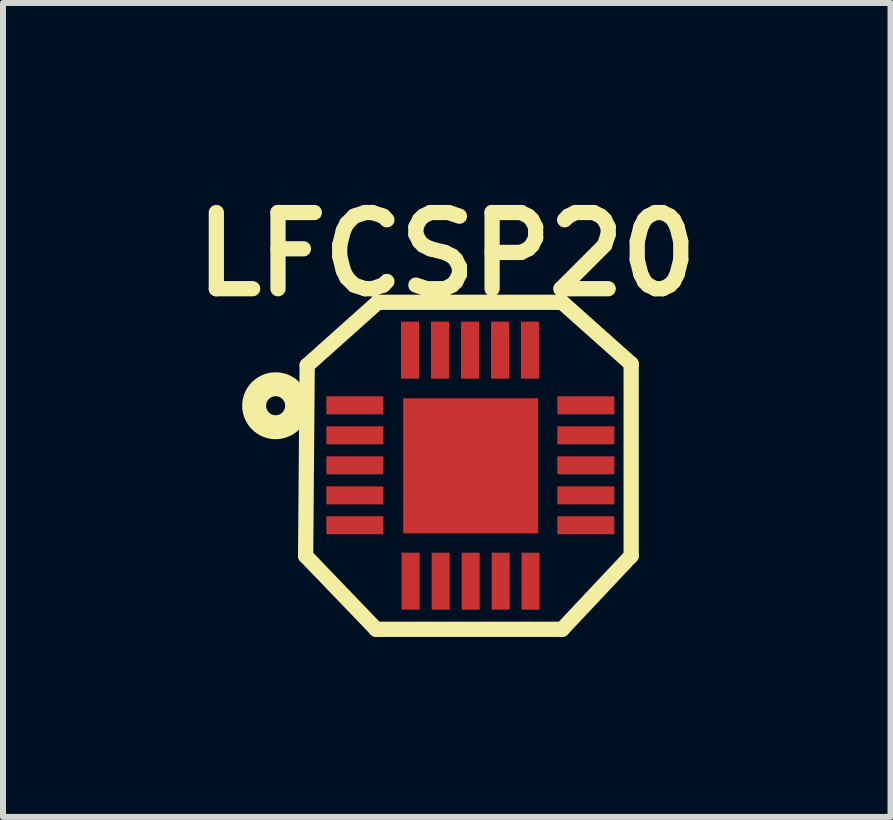
<source format=kicad_pcb>
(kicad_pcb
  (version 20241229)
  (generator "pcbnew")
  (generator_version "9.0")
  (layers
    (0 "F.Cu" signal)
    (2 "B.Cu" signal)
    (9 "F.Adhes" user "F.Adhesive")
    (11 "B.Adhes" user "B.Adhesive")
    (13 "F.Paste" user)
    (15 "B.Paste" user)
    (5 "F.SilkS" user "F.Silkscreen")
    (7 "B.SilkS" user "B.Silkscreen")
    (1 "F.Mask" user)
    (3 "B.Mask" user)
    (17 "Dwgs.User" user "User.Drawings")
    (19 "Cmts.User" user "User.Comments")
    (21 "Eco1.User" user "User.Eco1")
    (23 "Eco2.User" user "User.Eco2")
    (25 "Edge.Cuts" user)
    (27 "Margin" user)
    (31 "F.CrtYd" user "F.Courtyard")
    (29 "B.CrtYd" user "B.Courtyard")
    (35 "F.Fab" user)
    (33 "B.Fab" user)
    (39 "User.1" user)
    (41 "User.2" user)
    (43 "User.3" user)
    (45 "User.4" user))
  (footprint "LFCSP20"
    (layer "F.Cu")
    (at 4.795 4.714)
    (property "Reference" "LFCSP20" (at -0.399 -3.526 0) (layer "F.SilkS") (effects (font (size 1.27 1.27) (thickness 0.254))))
    (attr through_hole)
    (fp_line (start -2.751 1.501) (end -2.725 -1.674) (stroke (width 0.254) (type solid)) (layer "F.SilkS"))
    (fp_line (start -2.725 -1.674) (end -1.549 -2.725) (stroke (width 0.254) (type solid)) (layer "F.SilkS"))
    (fp_line (start -1.575 2.725) (end -2.751 1.501) (stroke (width 0.254) (type solid)) (layer "F.SilkS"))
    (fp_line (start -1.549 -2.725) (end 1.524 -2.725) (stroke (width 0.254) (type solid)) (layer "F.SilkS"))
    (fp_line (start 1.524 -2.725) (end 2.675 -1.699) (stroke (width 0.254) (type solid)) (layer "F.SilkS"))
    (fp_line (start 1.524 2.725) (end -1.575 2.725) (stroke (width 0.254) (type solid)) (layer "F.SilkS"))
    (fp_line (start 2.675 -1.699) (end 2.675 1.501) (stroke (width 0.254) (type solid)) (layer "F.SilkS"))
    (fp_line (start 2.675 1.501) (end 1.524 2.725) (stroke (width 0.254) (type solid)) (layer "F.SilkS"))
    (fp_circle (center -3.251 -1.001) (end -3.101 -0.95) (stroke (width 0.399) (type solid)) (fill no) (layer "F.SilkS"))
    (pad "1" smd rect (at -1.93 -1.008) (size 0.95 0.3) (layers "F.Cu" "F.Mask" "F.Paste"))
    (pad "2" smd rect (at -1.93 -0.508) (size 0.95 0.3) (layers "F.Cu" "F.Mask" "F.Paste"))
    (pad "3" smd rect (at -1.93 -0.008) (size 0.95 0.3) (layers "F.Cu" "F.Mask" "F.Paste"))
    (pad "4" smd rect (at -1.93 0.493) (size 0.95 0.3) (layers "F.Cu" "F.Mask" "F.Paste"))
    (pad "5" smd rect (at -1.93 0.991) (size 0.95 0.3) (layers "F.Cu" "F.Mask" "F.Paste"))
    (pad "6" smd rect (at -1.001 1.923) (size 0.3 0.95) (layers "F.Cu" "F.Mask" "F.Paste"))
    (pad "7" smd rect (at -0.5 1.923) (size 0.3 0.95) (layers "F.Cu" "F.Mask" "F.Paste"))
    (pad "8" smd rect (at 0 1.923) (size 0.3 0.95) (layers "F.Cu" "F.Mask" "F.Paste"))
    (pad "9" smd rect (at 0.5 1.923) (size 0.3 0.95) (layers "F.Cu" "F.Mask" "F.Paste"))
    (pad "10" smd rect (at 0.998 1.923) (size 0.3 0.95) (layers "F.Cu" "F.Mask" "F.Paste"))
    (pad "11" smd rect (at 1.92 0.991) (size 0.95 0.3) (layers "F.Cu" "F.Mask" "F.Paste"))
    (pad "12" smd rect (at 1.92 0.493) (size 0.95 0.3) (layers "F.Cu" "F.Mask" "F.Paste"))
    (pad "13" smd rect (at 1.92 -0.008) (size 0.95 0.3) (layers "F.Cu" "F.Mask" "F.Paste"))
    (pad "14" smd rect (at 1.92 -0.508) (size 0.95 0.3) (layers "F.Cu" "F.Mask" "F.Paste"))
    (pad "15" smd rect (at 1.92 -1.008) (size 0.95 0.3) (layers "F.Cu" "F.Mask" "F.Paste"))
    (pad "16" smd rect (at 0.988 -1.928) (size 0.3 0.95) (layers "F.Cu" "F.Mask" "F.Paste"))
    (pad "17" smd rect (at 0.49 -1.928) (size 0.3 0.95) (layers "F.Cu" "F.Mask" "F.Paste"))
    (pad "18" smd rect (at -0.01 -1.928) (size 0.3 0.95) (layers "F.Cu" "F.Mask" "F.Paste"))
    (pad "19" smd rect (at -0.511 -1.928) (size 0.3 0.95) (layers "F.Cu" "F.Mask" "F.Paste"))
    (pad "20" smd rect (at -1.011 -1.928) (size 0.3 0.95) (layers "F.Cu" "F.Mask" "F.Paste"))
    (pad "21" smd rect (at 0 0) (size 2.25 2.25) (layers "F.Cu" "F.Mask" "F.Paste")))
  (gr_rect
    (start -3 -3)
    (end 11.793 10.567)
    (stroke (width 0.1) (type default))
    (fill no)
    (layer "Edge.Cuts")))
</source>
